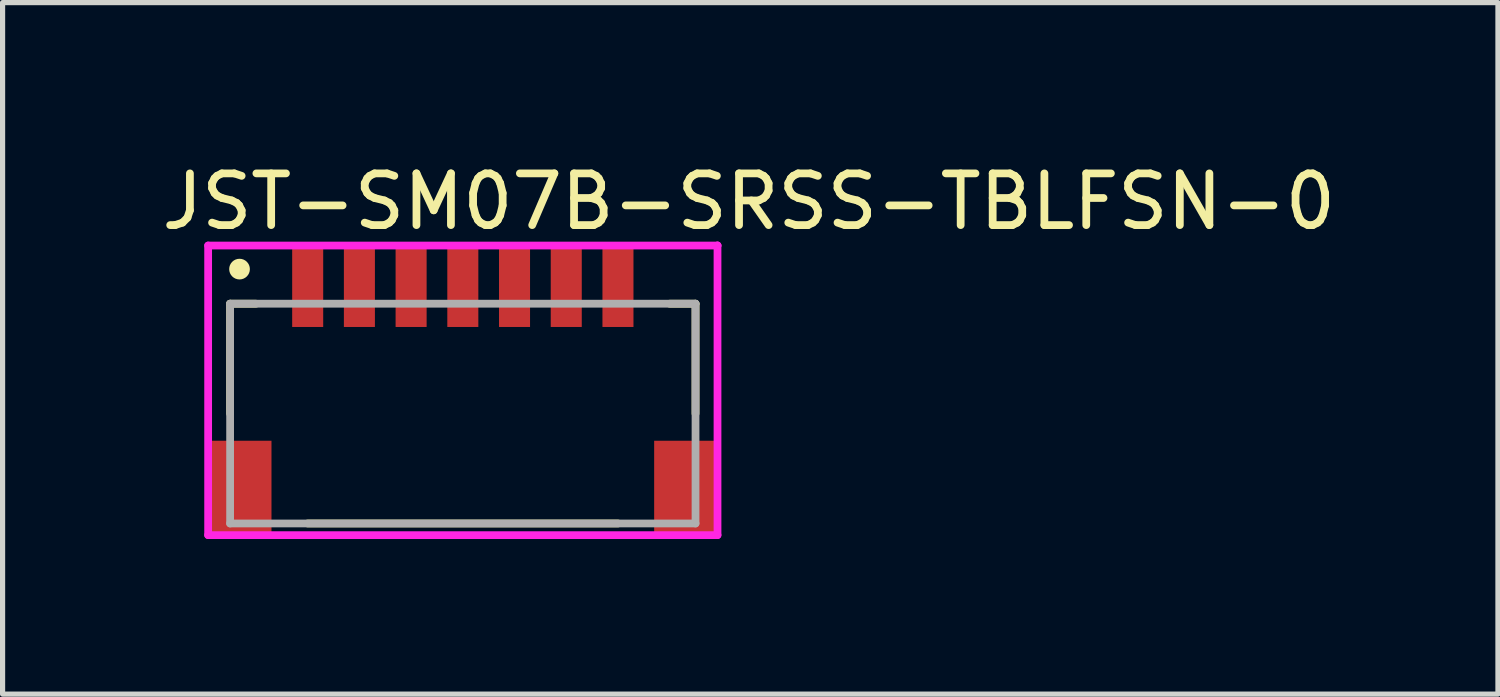
<source format=kicad_pcb>
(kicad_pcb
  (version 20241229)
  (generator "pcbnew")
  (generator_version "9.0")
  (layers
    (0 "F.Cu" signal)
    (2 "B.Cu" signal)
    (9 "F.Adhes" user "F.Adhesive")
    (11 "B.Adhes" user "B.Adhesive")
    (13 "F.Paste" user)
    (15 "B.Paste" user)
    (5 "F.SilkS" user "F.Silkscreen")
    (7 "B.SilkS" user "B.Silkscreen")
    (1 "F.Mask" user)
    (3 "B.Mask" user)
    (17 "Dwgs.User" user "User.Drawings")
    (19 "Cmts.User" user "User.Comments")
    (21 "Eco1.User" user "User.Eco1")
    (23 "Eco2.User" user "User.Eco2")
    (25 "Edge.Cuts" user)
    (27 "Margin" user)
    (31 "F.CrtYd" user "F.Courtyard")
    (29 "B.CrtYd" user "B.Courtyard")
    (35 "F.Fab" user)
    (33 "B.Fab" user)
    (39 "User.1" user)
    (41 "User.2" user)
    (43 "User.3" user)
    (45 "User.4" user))
  (footprint "JST-SM07B-SRSS-TBLFSN-0"
    (layer "F.Cu")
    (at 5.9 4.948)
    (property "Reference" "JST-SM07B-SRSS-TBLFSN-0" (at -5.9 -4.1 0) (layer "F.SilkS") (effects (font (size 1 1) (thickness 0.15)) (justify left)))
    (attr through_hole)
    (fp_line (start -4.5 -2.125) (end -4.5 0) (stroke (width 0.15) (type solid)) (layer "F.SilkS"))
    (fp_line (start -4.5 -2.125) (end -4 -2.125) (stroke (width 0.15) (type solid)) (layer "F.SilkS"))
    (fp_line (start -3 2.125) (end 3 2.125) (stroke (width 0.15) (type solid)) (layer "F.SilkS"))
    (fp_line (start 4.5 -2.125) (end 4 -2.125) (stroke (width 0.15) (type solid)) (layer "F.SilkS"))
    (fp_line (start 4.5 -2.125) (end 4.5 0) (stroke (width 0.15) (type solid)) (layer "F.SilkS"))
    (fp_circle (center -4.318 -2.794) (end -4.218 -2.794) (stroke (width 0.2) (type solid)) (fill no) (layer "F.SilkS"))
    (fp_line (start -4.925 -3.25) (end -4.925 2.35) (stroke (width 0.15) (type solid)) (layer "F.CrtYd"))
    (fp_line (start -4.925 2.35) (end 4.925 2.35) (stroke (width 0.15) (type solid)) (layer "F.CrtYd"))
    (fp_line (start 4.925 -3.25) (end -4.925 -3.25) (stroke (width 0.15) (type solid)) (layer "F.CrtYd"))
    (fp_line (start 4.925 -3.25) (end 4.925 -3.25) (stroke (width 0.15) (type solid)) (layer "F.CrtYd"))
    (fp_line (start 4.925 2.35) (end 4.925 -3.25) (stroke (width 0.15) (type solid)) (layer "F.CrtYd"))
    (fp_line (start -4.5 -2.125) (end 4.5 -2.125) (stroke (width 0.15) (type solid)) (layer "F.Fab"))
    (fp_line (start -4.5 2.125) (end -4.5 -2.125) (stroke (width 0.15) (type solid)) (layer "F.Fab"))
    (fp_line (start 4.5 -2.125) (end 4.5 2.125) (stroke (width 0.15) (type solid)) (layer "F.Fab"))
    (fp_line (start 4.5 2.125) (end -4.5 2.125) (stroke (width 0.15) (type solid)) (layer "F.Fab"))
    (pad "1" smd rect (at -3 -2.45) (size 0.6 1.55) (layers "F.Cu" "F.Mask" "F.Paste"))
    (pad "2" smd rect (at -2 -2.45) (size 0.6 1.55) (layers "F.Cu" "F.Mask" "F.Paste"))
    (pad "3" smd rect (at -1 -2.45) (size 0.6 1.55) (layers "F.Cu" "F.Mask" "F.Paste"))
    (pad "4" smd rect (at 0 -2.45) (size 0.6 1.55) (layers "F.Cu" "F.Mask" "F.Paste"))
    (pad "5" smd rect (at 1 -2.45) (size 0.6 1.55) (layers "F.Cu" "F.Mask" "F.Paste"))
    (pad "6" smd rect (at 2 -2.45) (size 0.6 1.55) (layers "F.Cu" "F.Mask" "F.Paste"))
    (pad "7" smd rect (at 3 -2.45) (size 0.6 1.55) (layers "F.Cu" "F.Mask" "F.Paste"))
    (pad "8" smd rect (at -4.3 1.425) (size 1.2 1.8) (layers "F.Cu" "F.Mask" "F.Paste"))
    (pad "9" smd rect (at 4.3 1.425) (size 1.2 1.8) (layers "F.Cu" "F.Mask" "F.Paste")))
  (gr_rect
    (start -3 -3)
    (end 25.917 10.373)
    (stroke (width 0.1) (type default))
    (fill no)
    (layer "Edge.Cuts")))
</source>
